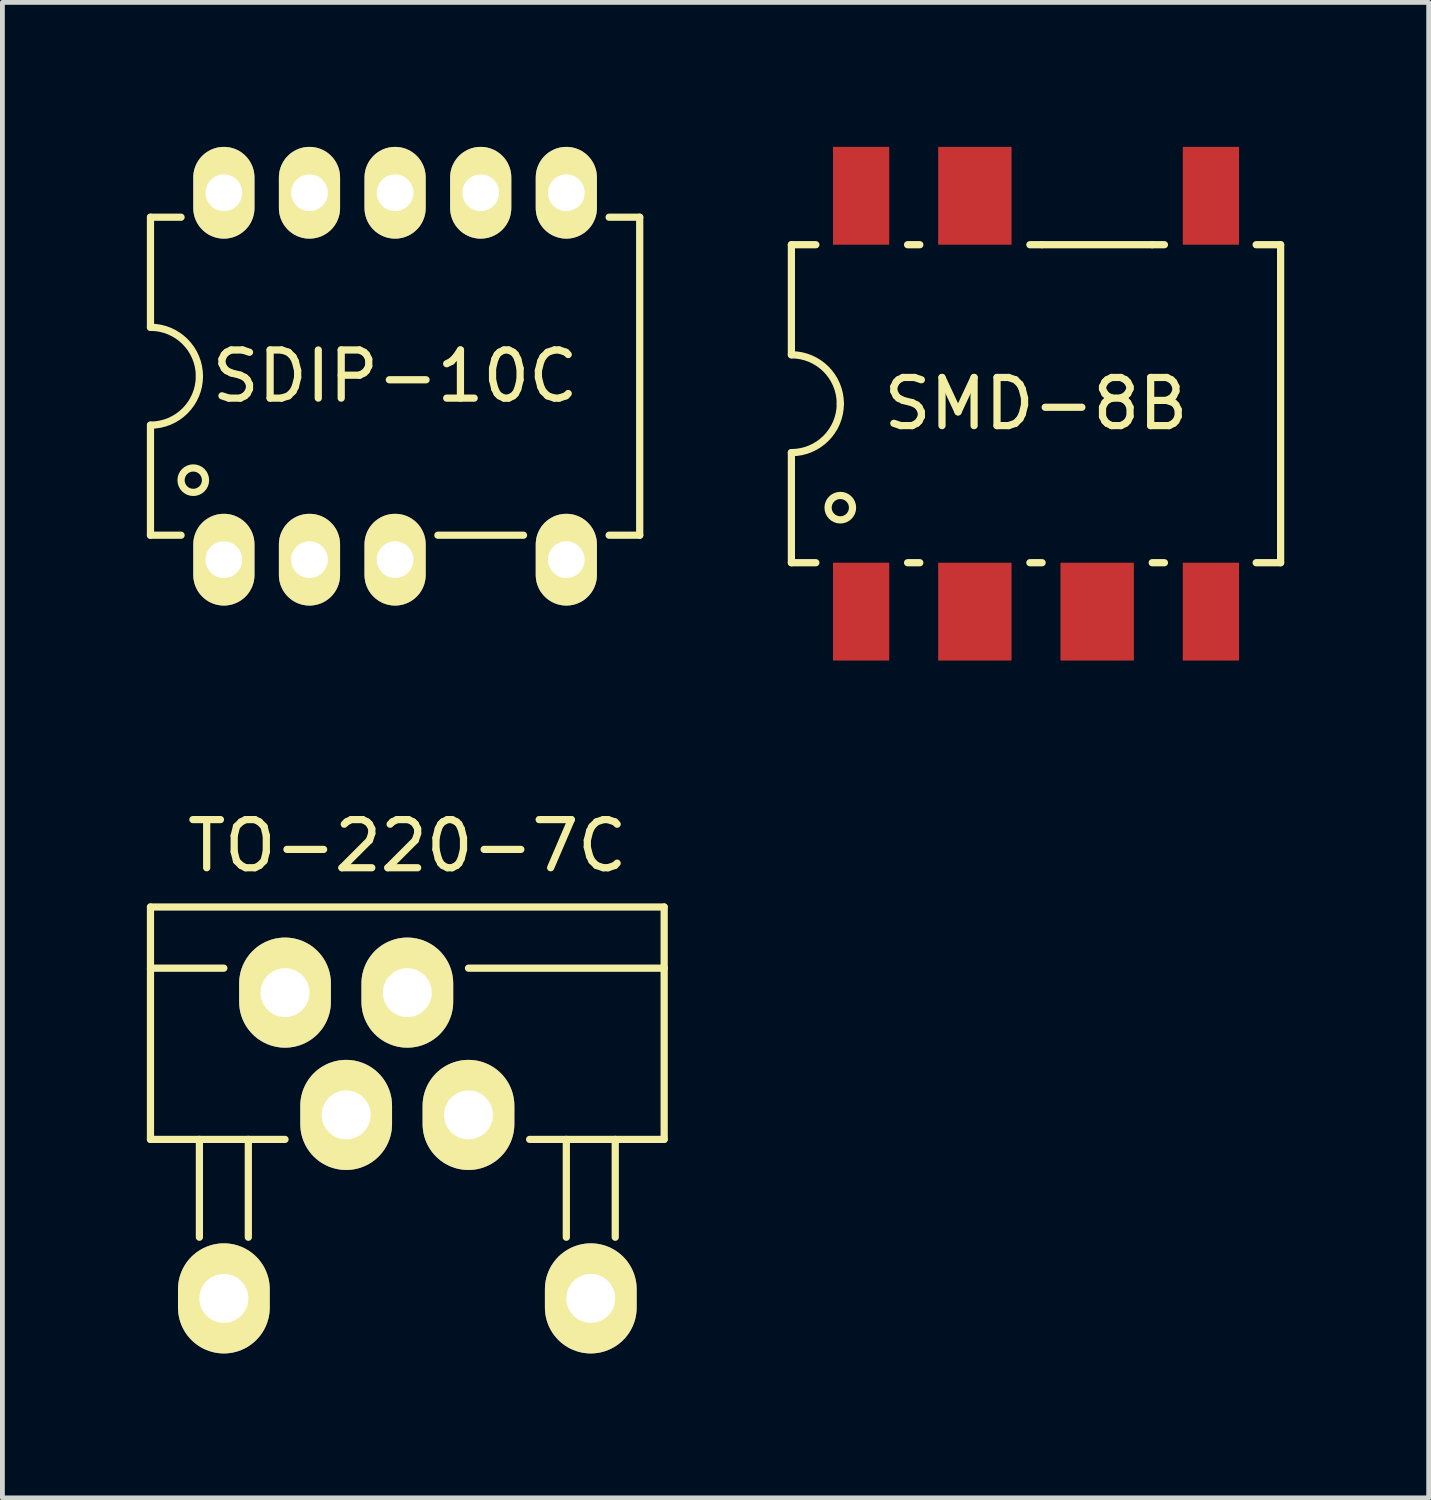
<source format=kicad_pcb>
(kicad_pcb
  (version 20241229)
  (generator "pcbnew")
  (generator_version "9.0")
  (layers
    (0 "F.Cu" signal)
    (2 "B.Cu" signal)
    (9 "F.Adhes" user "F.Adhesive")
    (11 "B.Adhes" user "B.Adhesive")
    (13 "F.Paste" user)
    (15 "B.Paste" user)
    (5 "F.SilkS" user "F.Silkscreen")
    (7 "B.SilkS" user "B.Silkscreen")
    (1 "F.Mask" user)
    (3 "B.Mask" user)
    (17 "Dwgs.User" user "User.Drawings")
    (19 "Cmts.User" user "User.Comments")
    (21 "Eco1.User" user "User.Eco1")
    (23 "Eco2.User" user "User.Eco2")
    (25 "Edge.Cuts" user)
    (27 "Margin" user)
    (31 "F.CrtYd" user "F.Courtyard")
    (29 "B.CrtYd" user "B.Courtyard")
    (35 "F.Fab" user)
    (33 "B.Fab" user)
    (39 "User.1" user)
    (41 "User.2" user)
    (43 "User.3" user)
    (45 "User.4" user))
  (footprint "TO-220-7C"
    (layer "F.Cu")
    (at 5.409 18.834)
    (property "Reference" "TO-220-7C" (at 0 -4.318 0) (layer "F.SilkS") (effects (font (size 1 1) (thickness 0.15))))
    (attr through_hole)
    (fp_line (start -5.334 -3.048) (end -5.334 1.778) (stroke (width 0.15) (type solid)) (layer "F.SilkS"))
    (fp_line (start -5.334 -1.778) (end -3.81 -1.778) (stroke (width 0.15) (type solid)) (layer "F.SilkS"))
    (fp_line (start -5.334 1.778) (end -2.54 1.778) (stroke (width 0.15) (type solid)) (layer "F.SilkS"))
    (fp_line (start -4.318 3.81) (end -4.318 1.778) (stroke (width 0.15) (type solid)) (layer "F.SilkS"))
    (fp_line (start -3.302 3.81) (end -3.302 1.778) (stroke (width 0.15) (type solid)) (layer "F.SilkS"))
    (fp_line (start 3.302 3.81) (end 3.302 1.778) (stroke (width 0.15) (type solid)) (layer "F.SilkS"))
    (fp_line (start 4.318 3.81) (end 4.318 1.778) (stroke (width 0.15) (type solid)) (layer "F.SilkS"))
    (fp_line (start 5.334 -3.048) (end -5.334 -3.048) (stroke (width 0.15) (type solid)) (layer "F.SilkS"))
    (fp_line (start 5.334 -3.048) (end 5.334 1.778) (stroke (width 0.15) (type solid)) (layer "F.SilkS"))
    (fp_line (start 5.334 -1.778) (end 1.27 -1.778) (stroke (width 0.15) (type solid)) (layer "F.SilkS"))
    (fp_line (start 5.334 1.778) (end 2.54 1.778) (stroke (width 0.15) (type solid)) (layer "F.SilkS"))
    (pad "1" thru_hole oval (at -3.81 5.08) (size 1.905 2.286) (drill 1.016) (layers "*.Cu" "*.Mask" "F.SilkS"))
    (pad "2" thru_hole oval (at -2.54 -1.27) (size 1.905 2.286) (drill 1.016) (layers "*.Cu" "*.Mask" "F.SilkS"))
    (pad "3" thru_hole oval (at -1.27 1.27) (size 1.905 2.286) (drill 1.016) (layers "*.Cu" "*.Mask" "F.SilkS"))
    (pad "4" thru_hole oval (at 0 -1.27) (size 1.905 2.286) (drill 1.016) (layers "*.Cu" "*.Mask" "F.SilkS"))
    (pad "5" thru_hole oval (at 1.27 1.27) (size 1.905 2.286) (drill 1.016) (layers "*.Cu" "*.Mask" "F.SilkS"))
    (pad "7" thru_hole oval (at 3.81 5.08) (size 1.905 2.286) (drill 1.016) (layers "*.Cu" "*.Mask" "F.SilkS")))
  (footprint "SDIP-10C"
    (layer "F.Cu")
    (at 5.155 4.763)
    (property "Reference" "SDIP-10C" (at 0 0 0) (layer "F.SilkS") (effects (font (size 1 1) (thickness 0.15))))
    (attr through_hole)
    (fp_line (start -5.08 -3.302) (end -5.08 -1.016) (stroke (width 0.15) (type solid)) (layer "F.SilkS"))
    (fp_line (start -5.08 -3.302) (end -4.445 -3.302) (stroke (width 0.15) (type solid)) (layer "F.SilkS"))
    (fp_line (start -5.08 1.016) (end -5.08 3.302) (stroke (width 0.15) (type solid)) (layer "F.SilkS"))
    (fp_line (start -5.08 3.302) (end -4.445 3.302) (stroke (width 0.15) (type solid)) (layer "F.SilkS"))
    (fp_line (start 2.667 3.302) (end 0.889 3.302) (stroke (width 0.15) (type solid)) (layer "F.SilkS"))
    (fp_line (start 5.08 -3.302) (end 4.445 -3.302) (stroke (width 0.15) (type solid)) (layer "F.SilkS"))
    (fp_line (start 5.08 3.302) (end 4.445 3.302) (stroke (width 0.15) (type solid)) (layer "F.SilkS"))
    (fp_line (start 5.08 3.302) (end 5.08 -3.302) (stroke (width 0.15) (type solid)) (layer "F.SilkS"))
    (fp_arc (start -5.08 -1.016) (mid -4.36158 -0.71842) (end -4.064 0) (stroke (width 0.15) (type solid)) (layer "F.SilkS"))
    (fp_arc (start -4.064 0) (mid -4.36158 0.71842) (end -5.08 1.016) (stroke (width 0.15) (type solid)) (layer "F.SilkS"))
    (fp_circle (center -4.191 2.159) (end -3.937 2.159) (stroke (width 0.15) (type solid)) (fill no) (layer "F.SilkS"))
    (pad "1" thru_hole oval (at -3.556 3.81) (size 1.27 1.905) (drill 0.762) (layers "*.Cu" "*.Mask" "F.SilkS"))
    (pad "2" thru_hole oval (at -1.778 3.81) (size 1.27 1.905) (drill 0.762) (layers "*.Cu" "*.Mask" "F.SilkS"))
    (pad "3" thru_hole oval (at 0 3.81) (size 1.27 1.905) (drill 0.762) (layers "*.Cu" "*.Mask" "F.SilkS"))
    (pad "5" thru_hole oval (at 3.556 3.81) (size 1.27 1.905) (drill 0.762) (layers "*.Cu" "*.Mask" "F.SilkS"))
    (pad "6" thru_hole oval (at 3.556 -3.81) (size 1.27 1.905) (drill 0.762) (layers "*.Cu" "*.Mask" "F.SilkS"))
    (pad "7" thru_hole oval (at 1.778 -3.81) (size 1.27 1.905) (drill 0.762) (layers "*.Cu" "*.Mask" "F.SilkS"))
    (pad "8" thru_hole oval (at 0 -3.81) (size 1.27 1.905) (drill 0.762) (layers "*.Cu" "*.Mask" "F.SilkS"))
    (pad "9" thru_hole oval (at -1.778 -3.81) (size 1.27 1.905) (drill 0.762) (layers "*.Cu" "*.Mask" "F.SilkS"))
    (pad "10" thru_hole oval (at -3.556 -3.81) (size 1.27 1.905) (drill 0.762) (layers "*.Cu" "*.Mask" "F.SilkS")))
  (footprint "SMD-8B"
    (layer "F.Cu")
    (at 18.465 5.334)
    (property "Reference" "SMD-8B" (at 0 0 0) (layer "F.SilkS") (effects (font (size 1 1) (thickness 0.15))))
    (attr through_hole)
    (fp_line (start -5.08 -3.302) (end -5.08 -1.016) (stroke (width 0.15) (type solid)) (layer "F.SilkS"))
    (fp_line (start -5.08 -3.302) (end -4.572 -3.302) (stroke (width 0.15) (type solid)) (layer "F.SilkS"))
    (fp_line (start -5.08 1.016) (end -5.08 3.302) (stroke (width 0.15) (type solid)) (layer "F.SilkS"))
    (fp_line (start -5.08 3.302) (end -4.572 3.302) (stroke (width 0.15) (type solid)) (layer "F.SilkS"))
    (fp_line (start -2.667 -3.302) (end -2.413 -3.302) (stroke (width 0.15) (type solid)) (layer "F.SilkS"))
    (fp_line (start -2.667 3.302) (end -2.413 3.302) (stroke (width 0.15) (type solid)) (layer "F.SilkS"))
    (fp_line (start -0.127 -3.302) (end 0.127 -3.302) (stroke (width 0.15) (type solid)) (layer "F.SilkS"))
    (fp_line (start -0.127 3.302) (end 0.127 3.302) (stroke (width 0.15) (type solid)) (layer "F.SilkS"))
    (fp_line (start 0.127 -3.302) (end 2.413 -3.302) (stroke (width 0.15) (type solid)) (layer "F.SilkS"))
    (fp_line (start 2.413 -3.302) (end 2.667 -3.302) (stroke (width 0.15) (type solid)) (layer "F.SilkS"))
    (fp_line (start 2.413 3.302) (end 2.667 3.302) (stroke (width 0.15) (type solid)) (layer "F.SilkS"))
    (fp_line (start 5.08 -3.302) (end 4.572 -3.302) (stroke (width 0.15) (type solid)) (layer "F.SilkS"))
    (fp_line (start 5.08 -3.302) (end 5.08 3.302) (stroke (width 0.15) (type solid)) (layer "F.SilkS"))
    (fp_line (start 5.08 3.302) (end 4.572 3.302) (stroke (width 0.15) (type solid)) (layer "F.SilkS"))
    (fp_arc (start -5.08 -1.016) (mid -4.36158 -0.71842) (end -4.064 0) (stroke (width 0.15) (type solid)) (layer "F.SilkS"))
    (fp_arc (start -4.064 0) (mid -4.36158 0.71842) (end -5.08 1.016) (stroke (width 0.15) (type solid)) (layer "F.SilkS"))
    (fp_circle (center -4.064 2.159) (end -3.81 2.159) (stroke (width 0.15) (type solid)) (fill no) (layer "F.SilkS"))
    (pad "1" smd rect (at -3.632 4.318) (size 1.168 2.032) (layers "F.Cu" "F.Mask" "F.Paste"))
    (pad "2" smd rect (at -1.27 4.318) (size 1.524 2.032) (layers "F.Cu" "F.Mask" "F.Paste"))
    (pad "3" smd rect (at 1.27 4.318) (size 1.524 2.032) (layers "F.Cu" "F.Mask" "F.Paste"))
    (pad "4" smd rect (at 3.632 4.318) (size 1.168 2.032) (layers "F.Cu" "F.Mask" "F.Paste"))
    (pad "5" smd rect (at 3.632 -4.318) (size 1.168 2.032) (layers "F.Cu" "F.Mask" "F.Paste"))
    (pad "7" smd rect (at -1.27 -4.318) (size 1.524 2.032) (layers "F.Cu" "F.Mask" "F.Paste"))
    (pad "8" smd rect (at -3.632 -4.318) (size 1.168 2.032) (layers "F.Cu" "F.Mask" "F.Paste")))
  (gr_rect
    (start -3 -3)
    (end 26.62 28.057)
    (stroke (width 0.1) (type default))
    (fill no)
    (layer "Edge.Cuts")))
</source>
